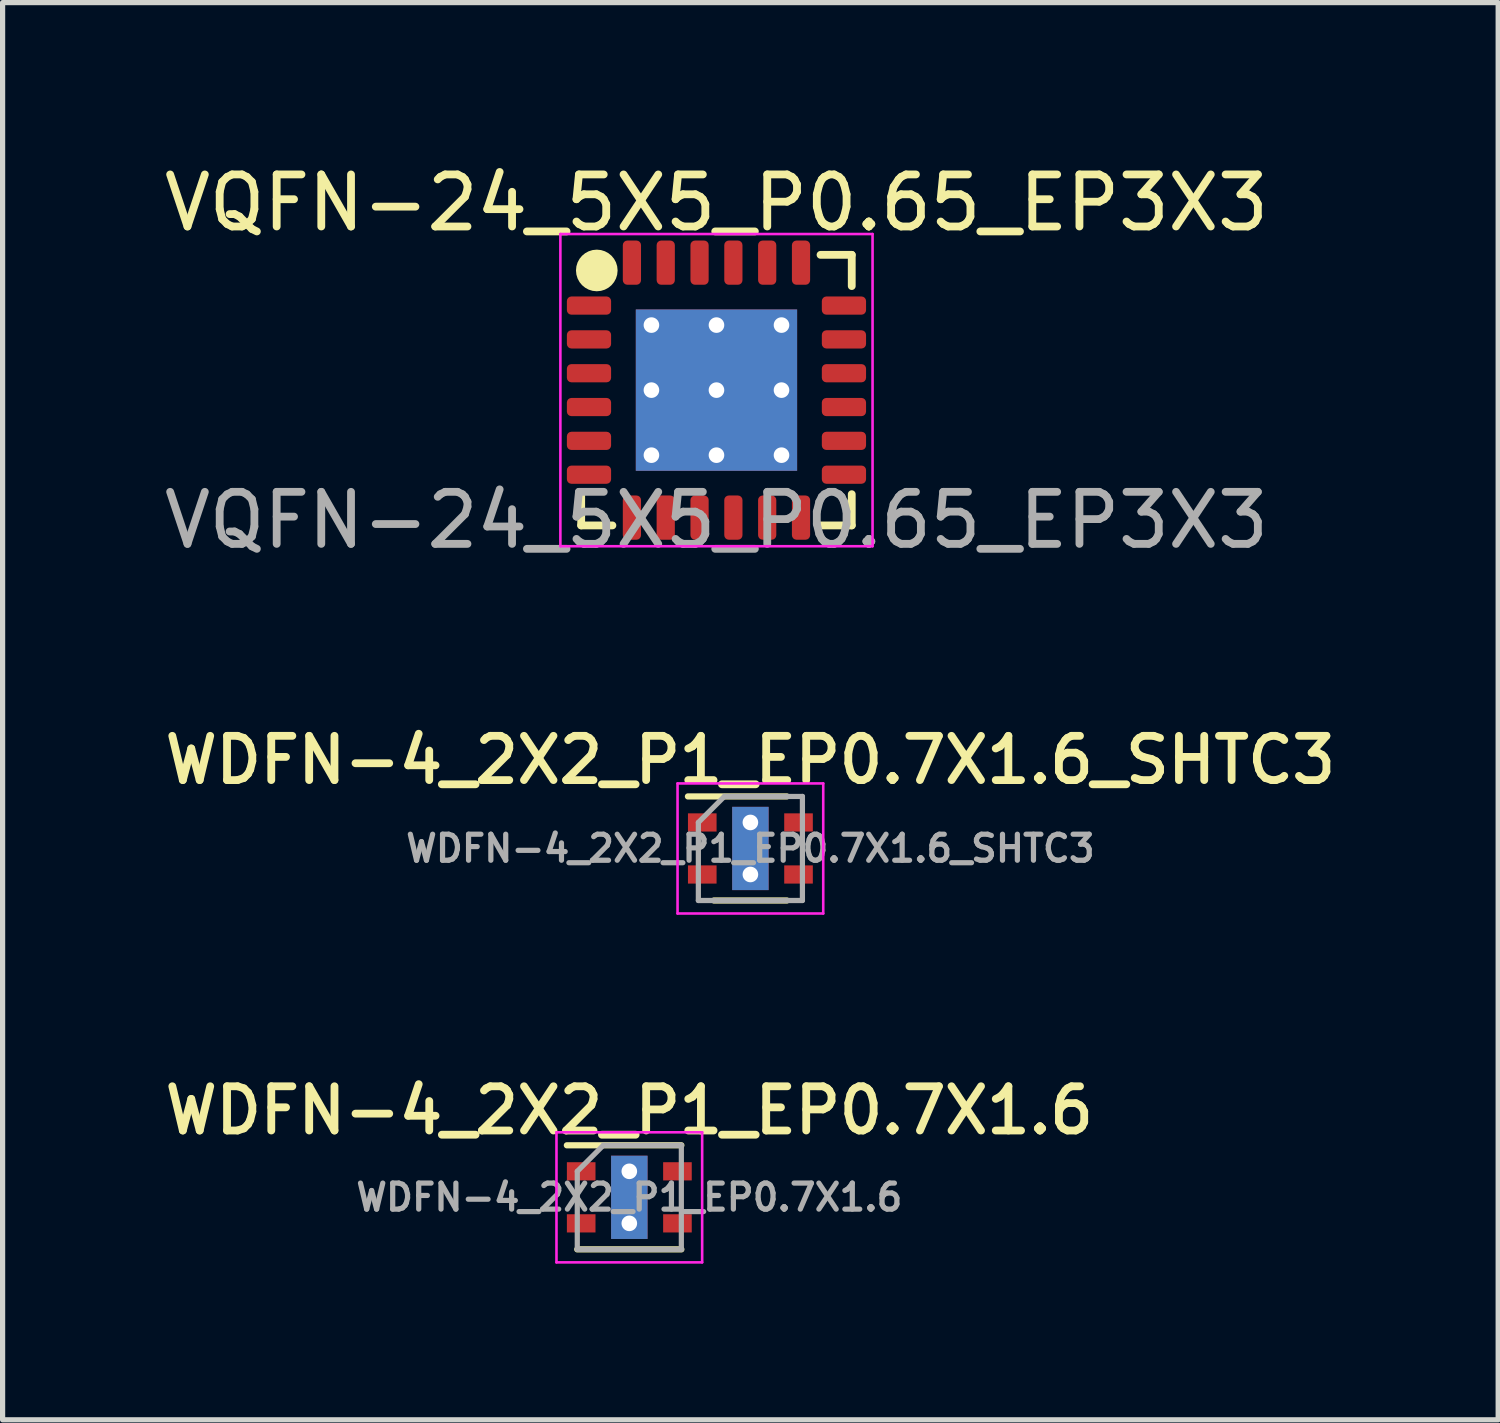
<source format=kicad_pcb>
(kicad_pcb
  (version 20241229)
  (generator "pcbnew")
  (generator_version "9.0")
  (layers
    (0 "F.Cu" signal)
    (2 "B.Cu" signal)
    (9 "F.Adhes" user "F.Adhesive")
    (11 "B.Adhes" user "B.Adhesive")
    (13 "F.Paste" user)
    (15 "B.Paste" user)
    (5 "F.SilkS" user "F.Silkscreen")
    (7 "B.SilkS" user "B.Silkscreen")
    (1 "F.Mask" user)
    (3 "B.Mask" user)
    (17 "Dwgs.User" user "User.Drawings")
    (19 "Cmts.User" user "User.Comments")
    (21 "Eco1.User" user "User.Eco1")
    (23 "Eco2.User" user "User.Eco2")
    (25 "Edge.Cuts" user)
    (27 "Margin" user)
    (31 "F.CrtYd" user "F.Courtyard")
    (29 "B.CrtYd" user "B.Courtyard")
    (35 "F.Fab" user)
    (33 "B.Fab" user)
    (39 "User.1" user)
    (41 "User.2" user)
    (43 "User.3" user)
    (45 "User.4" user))
  (footprint "VQFN-24_5X5_P0.65_EP3X3"
    (layer "F.Cu")
    (at 10.72 4.448)
    (property "Reference" "VQFN-24_5X5_P0.65_EP3X3" (at 0 -3.6 0) (unlocked yes) (layer "F.SilkS") (effects (font (size 1 1) (thickness 0.15))))
    (attr smd)
    (fp_line (start -2.6 2.6) (end -2.6 2) (stroke (width 0.15) (type solid)) (layer "F.SilkS"))
    (fp_line (start -2 2.6) (end -2.6 2.6) (stroke (width 0.15) (type solid)) (layer "F.SilkS"))
    (fp_line (start 2 -2.6) (end 2.6 -2.6) (stroke (width 0.15) (type solid)) (layer "F.SilkS"))
    (fp_line (start 2 2.6) (end 2.6 2.6) (stroke (width 0.15) (type solid)) (layer "F.SilkS"))
    (fp_line (start 2.6 -2.6) (end 2.6 -2) (stroke (width 0.15) (type solid)) (layer "F.SilkS"))
    (fp_line (start 2.6 2.6) (end 2.6 2) (stroke (width 0.15) (type solid)) (layer "F.SilkS"))
    (fp_circle (center -2.3 -2.3) (end -2.1 -2.3) (stroke (width 0.4) (type solid)) (fill no) (layer "F.SilkS"))
    (fp_line (start -3 -3) (end -3 3) (stroke (width 0.05) (type solid)) (layer "F.CrtYd"))
    (fp_line (start -3 3) (end 3 3) (stroke (width 0.05) (type solid)) (layer "F.CrtYd"))
    (fp_line (start 3 -3) (end -3 -3) (stroke (width 0.05) (type solid)) (layer "F.CrtYd"))
    (fp_line (start 3 3) (end 3 -3) (stroke (width 0.05) (type solid)) (layer "F.CrtYd"))
    (fp_text user "${REFERENCE}" (at 0 2.5 0) (unlocked yes) (layer "F.Fab") (effects (font (size 1 1) (thickness 0.15))))
    (pad "" smd rect (at -0.8 -0.8) (size 1.35 1.35) (layers "F.Paste"))
    (pad "" smd rect (at -0.8 0.8) (size 1.35 1.35) (layers "F.Paste"))
    (pad "" smd rect (at 0.8 -0.8) (size 1.35 1.35) (layers "F.Paste"))
    (pad "" smd rect (at 0.8 0.8) (size 1.35 1.35) (layers "F.Paste"))
    (pad "1" smd roundrect (at -2.45 -1.625) (size 0.85 0.35) (layers "F.Cu" "F.Mask" "F.Paste") (roundrect_rratio 0.25))
    (pad "2" smd roundrect (at -2.45 -0.975) (size 0.85 0.35) (layers "F.Cu" "F.Mask" "F.Paste") (roundrect_rratio 0.25))
    (pad "3" smd roundrect (at -2.45 -0.325) (size 0.85 0.35) (layers "F.Cu" "F.Mask" "F.Paste") (roundrect_rratio 0.25))
    (pad "4" smd roundrect (at -2.45 0.325) (size 0.85 0.35) (layers "F.Cu" "F.Mask" "F.Paste") (roundrect_rratio 0.25))
    (pad "5" smd roundrect (at -2.45 0.975) (size 0.85 0.35) (layers "F.Cu" "F.Mask" "F.Paste") (roundrect_rratio 0.25))
    (pad "6" smd roundrect (at -2.45 1.625) (size 0.85 0.35) (layers "F.Cu" "F.Mask" "F.Paste") (roundrect_rratio 0.25))
    (pad "7" smd roundrect (at -1.625 2.45) (size 0.35 0.85) (layers "F.Cu" "F.Mask" "F.Paste") (roundrect_rratio 0.25))
    (pad "8" smd roundrect (at -0.975 2.45) (size 0.35 0.85) (layers "F.Cu" "F.Mask" "F.Paste") (roundrect_rratio 0.25))
    (pad "9" smd roundrect (at -0.325 2.45) (size 0.35 0.85) (layers "F.Cu" "F.Mask" "F.Paste") (roundrect_rratio 0.25))
    (pad "10" smd roundrect (at 0.325 2.45) (size 0.35 0.85) (layers "F.Cu" "F.Mask" "F.Paste") (roundrect_rratio 0.25))
    (pad "11" smd roundrect (at 0.975 2.45) (size 0.35 0.85) (layers "F.Cu" "F.Mask" "F.Paste") (roundrect_rratio 0.25))
    (pad "12" smd roundrect (at 1.625 2.45) (size 0.35 0.85) (layers "F.Cu" "F.Mask" "F.Paste") (roundrect_rratio 0.25))
    (pad "13" smd roundrect (at 2.45 1.625) (size 0.85 0.35) (layers "F.Cu" "F.Mask" "F.Paste") (roundrect_rratio 0.25))
    (pad "14" smd roundrect (at 2.45 0.975) (size 0.85 0.35) (layers "F.Cu" "F.Mask" "F.Paste") (roundrect_rratio 0.25))
    (pad "15" smd roundrect (at 2.45 0.325) (size 0.85 0.35) (layers "F.Cu" "F.Mask" "F.Paste") (roundrect_rratio 0.25))
    (pad "16" smd roundrect (at 2.45 -0.325) (size 0.85 0.35) (layers "F.Cu" "F.Mask" "F.Paste") (roundrect_rratio 0.25))
    (pad "17" smd roundrect (at 2.45 -0.975) (size 0.85 0.35) (layers "F.Cu" "F.Mask" "F.Paste") (roundrect_rratio 0.25))
    (pad "18" smd roundrect (at 2.45 -1.625) (size 0.85 0.35) (layers "F.Cu" "F.Mask" "F.Paste") (roundrect_rratio 0.25))
    (pad "19" smd roundrect (at 1.625 -2.45) (size 0.35 0.85) (layers "F.Cu" "F.Mask" "F.Paste") (roundrect_rratio 0.25))
    (pad "20" smd roundrect (at 0.975 -2.45) (size 0.35 0.85) (layers "F.Cu" "F.Mask" "F.Paste") (roundrect_rratio 0.25))
    (pad "21" smd roundrect (at 0.325 -2.45) (size 0.35 0.85) (layers "F.Cu" "F.Mask" "F.Paste") (roundrect_rratio 0.25))
    (pad "22" smd roundrect (at -0.325 -2.45) (size 0.35 0.85) (layers "F.Cu" "F.Mask" "F.Paste") (roundrect_rratio 0.25))
    (pad "23" smd roundrect (at -0.975 -2.45) (size 0.35 0.85) (layers "F.Cu" "F.Mask" "F.Paste") (roundrect_rratio 0.25))
    (pad "24" smd roundrect (at -1.625 -2.45) (size 0.35 0.85) (layers "F.Cu" "F.Mask" "F.Paste") (roundrect_rratio 0.25))
    (pad "25" thru_hole circle (at -1.25 -1.25) (size 0.56 0.56) (drill 0.3) (layers "*.Cu"))
    (pad "25" thru_hole circle (at -1.25 0) (size 0.56 0.56) (drill 0.3) (layers "*.Cu"))
    (pad "25" thru_hole circle (at -1.25 1.25) (size 0.56 0.56) (drill 0.3) (layers "*.Cu"))
    (pad "25" thru_hole circle (at 0 -1.25) (size 0.56 0.56) (drill 0.3) (layers "*.Cu"))
    (pad "25" thru_hole circle (at 0 0) (size 0.56 0.56) (drill 0.3) (layers "*.Cu"))
    (pad "25" smd rect (at 0 0) (size 3.1 3.1) (layers "F.Cu" "F.Mask"))
    (pad "25" smd rect (at 0 0) (size 3.1 3.1) (layers "B.Cu"))
    (pad "25" thru_hole circle (at 0 1.25) (size 0.56 0.56) (drill 0.3) (layers "*.Cu"))
    (pad "25" thru_hole circle (at 1.25 -1.25) (size 0.56 0.56) (drill 0.3) (layers "*.Cu"))
    (pad "25" thru_hole circle (at 1.25 0) (size 0.56 0.56) (drill 0.3) (layers "*.Cu"))
    (pad "25" thru_hole circle (at 1.25 1.25) (size 0.56 0.56) (drill 0.3) (layers "*.Cu")))
  (footprint "WDFN-4_2X2_P1_EP0.7X1.6"
    (layer "F.Cu")
    (at 9.045 19.962)
    (property "Reference" "WDFN-4_2X2_P1_EP0.7X1.6" (at 0 -1.67 0) (layer "F.SilkS") (effects (font (size 0.85 0.85) (thickness 0.15))))
    (attr smd)
    (fp_line (start -1.2 -1) (end 1 -1) (stroke (width 0.12) (type solid)) (layer "F.SilkS"))
    (fp_line (start -1 1) (end 1 1) (stroke (width 0.12) (type solid)) (layer "F.SilkS"))
    (fp_line (start -1.4 -1.25) (end -1.4 1.25) (stroke (width 0.05) (type solid)) (layer "F.CrtYd"))
    (fp_line (start -1.4 -1.25) (end 1.4 -1.25) (stroke (width 0.05) (type solid)) (layer "F.CrtYd"))
    (fp_line (start -1.4 1.25) (end 1.4 1.25) (stroke (width 0.05) (type solid)) (layer "F.CrtYd"))
    (fp_line (start 1.4 -1.25) (end 1.4 1.25) (stroke (width 0.05) (type solid)) (layer "F.CrtYd"))
    (fp_line (start -1 -0.5) (end -0.5 -1) (stroke (width 0.1) (type solid)) (layer "F.Fab"))
    (fp_line (start -1 1) (end -1 -0.5) (stroke (width 0.1) (type solid)) (layer "F.Fab"))
    (fp_line (start -0.5 -1) (end 1 -1) (stroke (width 0.1) (type solid)) (layer "F.Fab"))
    (fp_line (start 1 -1) (end 1 1) (stroke (width 0.1) (type solid)) (layer "F.Fab"))
    (fp_line (start 1 1) (end -1 1) (stroke (width 0.1) (type solid)) (layer "F.Fab"))
    (fp_text user "${REFERENCE}" (at 0 0 0) (layer "F.Fab") (effects (font (size 0.5 0.5) (thickness 0.1))))
    (pad "1" smd rect (at -0.925 -0.5) (size 0.55 0.35) (layers "F.Cu" "F.Mask" "F.Paste"))
    (pad "2" smd rect (at -0.925 0.5) (size 0.55 0.35) (layers "F.Cu" "F.Mask" "F.Paste"))
    (pad "3" smd rect (at 0.925 0.5) (size 0.55 0.35) (layers "F.Cu" "F.Mask" "F.Paste"))
    (pad "4" smd rect (at 0.925 -0.5) (size 0.55 0.35) (layers "F.Cu" "F.Mask" "F.Paste"))
    (pad "5" thru_hole circle (at 0 -0.5) (size 0.56 0.56) (drill 0.3) (layers "*.Cu"))
    (pad "5" smd rect (at 0 0) (size 0.7 1.6) (layers "F.Cu" "F.Mask" "F.Paste"))
    (pad "5" smd rect (at 0 0) (size 0.7 1.6) (layers "B.Cu"))
    (pad "5" thru_hole circle (at 0 0.5) (size 0.56 0.56) (drill 0.3) (layers "*.Cu")))
  (footprint "WDFN-4_2X2_P1_EP0.7X1.6_SHTC3"
    (layer "F.Cu")
    (at 11.372 13.257)
    (property "Reference" "WDFN-4_2X2_P1_EP0.7X1.6_SHTC3" (at 0 -1.7 0) (layer "F.SilkS") (effects (font (size 0.85 0.85) (thickness 0.15))))
    (attr smd)
    (fp_line (start -1.2 -1) (end 0.7 -1) (stroke (width 0.12) (type solid)) (layer "F.SilkS"))
    (fp_line (start -0.7 1) (end 0.7 1) (stroke (width 0.12) (type solid)) (layer "F.SilkS"))
    (fp_line (start -1.4 -1.25) (end -1.4 1.25) (stroke (width 0.05) (type solid)) (layer "F.CrtYd"))
    (fp_line (start -1.4 -1.25) (end 1.4 -1.25) (stroke (width 0.05) (type solid)) (layer "F.CrtYd"))
    (fp_line (start -1.4 1.25) (end 1.4 1.25) (stroke (width 0.05) (type solid)) (layer "F.CrtYd"))
    (fp_line (start 1.4 -1.25) (end 1.4 1.25) (stroke (width 0.05) (type solid)) (layer "F.CrtYd"))
    (fp_line (start -1 -0.5) (end -0.5 -1) (stroke (width 0.1) (type solid)) (layer "F.Fab"))
    (fp_line (start -1 1) (end -1 -0.5) (stroke (width 0.1) (type solid)) (layer "F.Fab"))
    (fp_line (start -0.5 -1) (end 1 -1) (stroke (width 0.1) (type solid)) (layer "F.Fab"))
    (fp_line (start 1 -1) (end 1 1) (stroke (width 0.1) (type solid)) (layer "F.Fab"))
    (fp_line (start 1 1) (end -1 1) (stroke (width 0.1) (type solid)) (layer "F.Fab"))
    (fp_text user "${REFERENCE}" (at 0 0 0) (layer "F.Fab") (effects (font (size 0.5 0.5) (thickness 0.1))))
    (pad "1" smd rect (at -0.925 -0.5) (size 0.55 0.35) (layers "F.Cu" "F.Mask" "F.Paste"))
    (pad "2" smd rect (at -0.925 0.5) (size 0.55 0.35) (layers "F.Cu" "F.Mask" "F.Paste"))
    (pad "3" smd rect (at 0.925 0.5) (size 0.55 0.35) (layers "F.Cu" "F.Mask" "F.Paste"))
    (pad "4" smd rect (at 0.925 -0.5) (size 0.55 0.35) (layers "F.Cu" "F.Mask" "F.Paste"))
    (pad "5" thru_hole circle (at 0 -0.5) (size 0.56 0.56) (drill 0.3) (layers "*.Cu"))
    (pad "5" smd rect (at 0 0) (size 0.7 1.6) (layers "F.Cu" "F.Mask" "F.Paste"))
    (pad "5" smd rect (at 0 0) (size 0.7 1.6) (layers "B.Cu"))
    (pad "5" thru_hole circle (at 0 0.5) (size 0.56 0.56) (drill 0.3) (layers "*.Cu")))
  (gr_rect
    (start -3 -3)
    (end 25.744 24.238)
    (stroke (width 0.1) (type default))
    (fill no)
    (layer "Edge.Cuts")))
</source>
